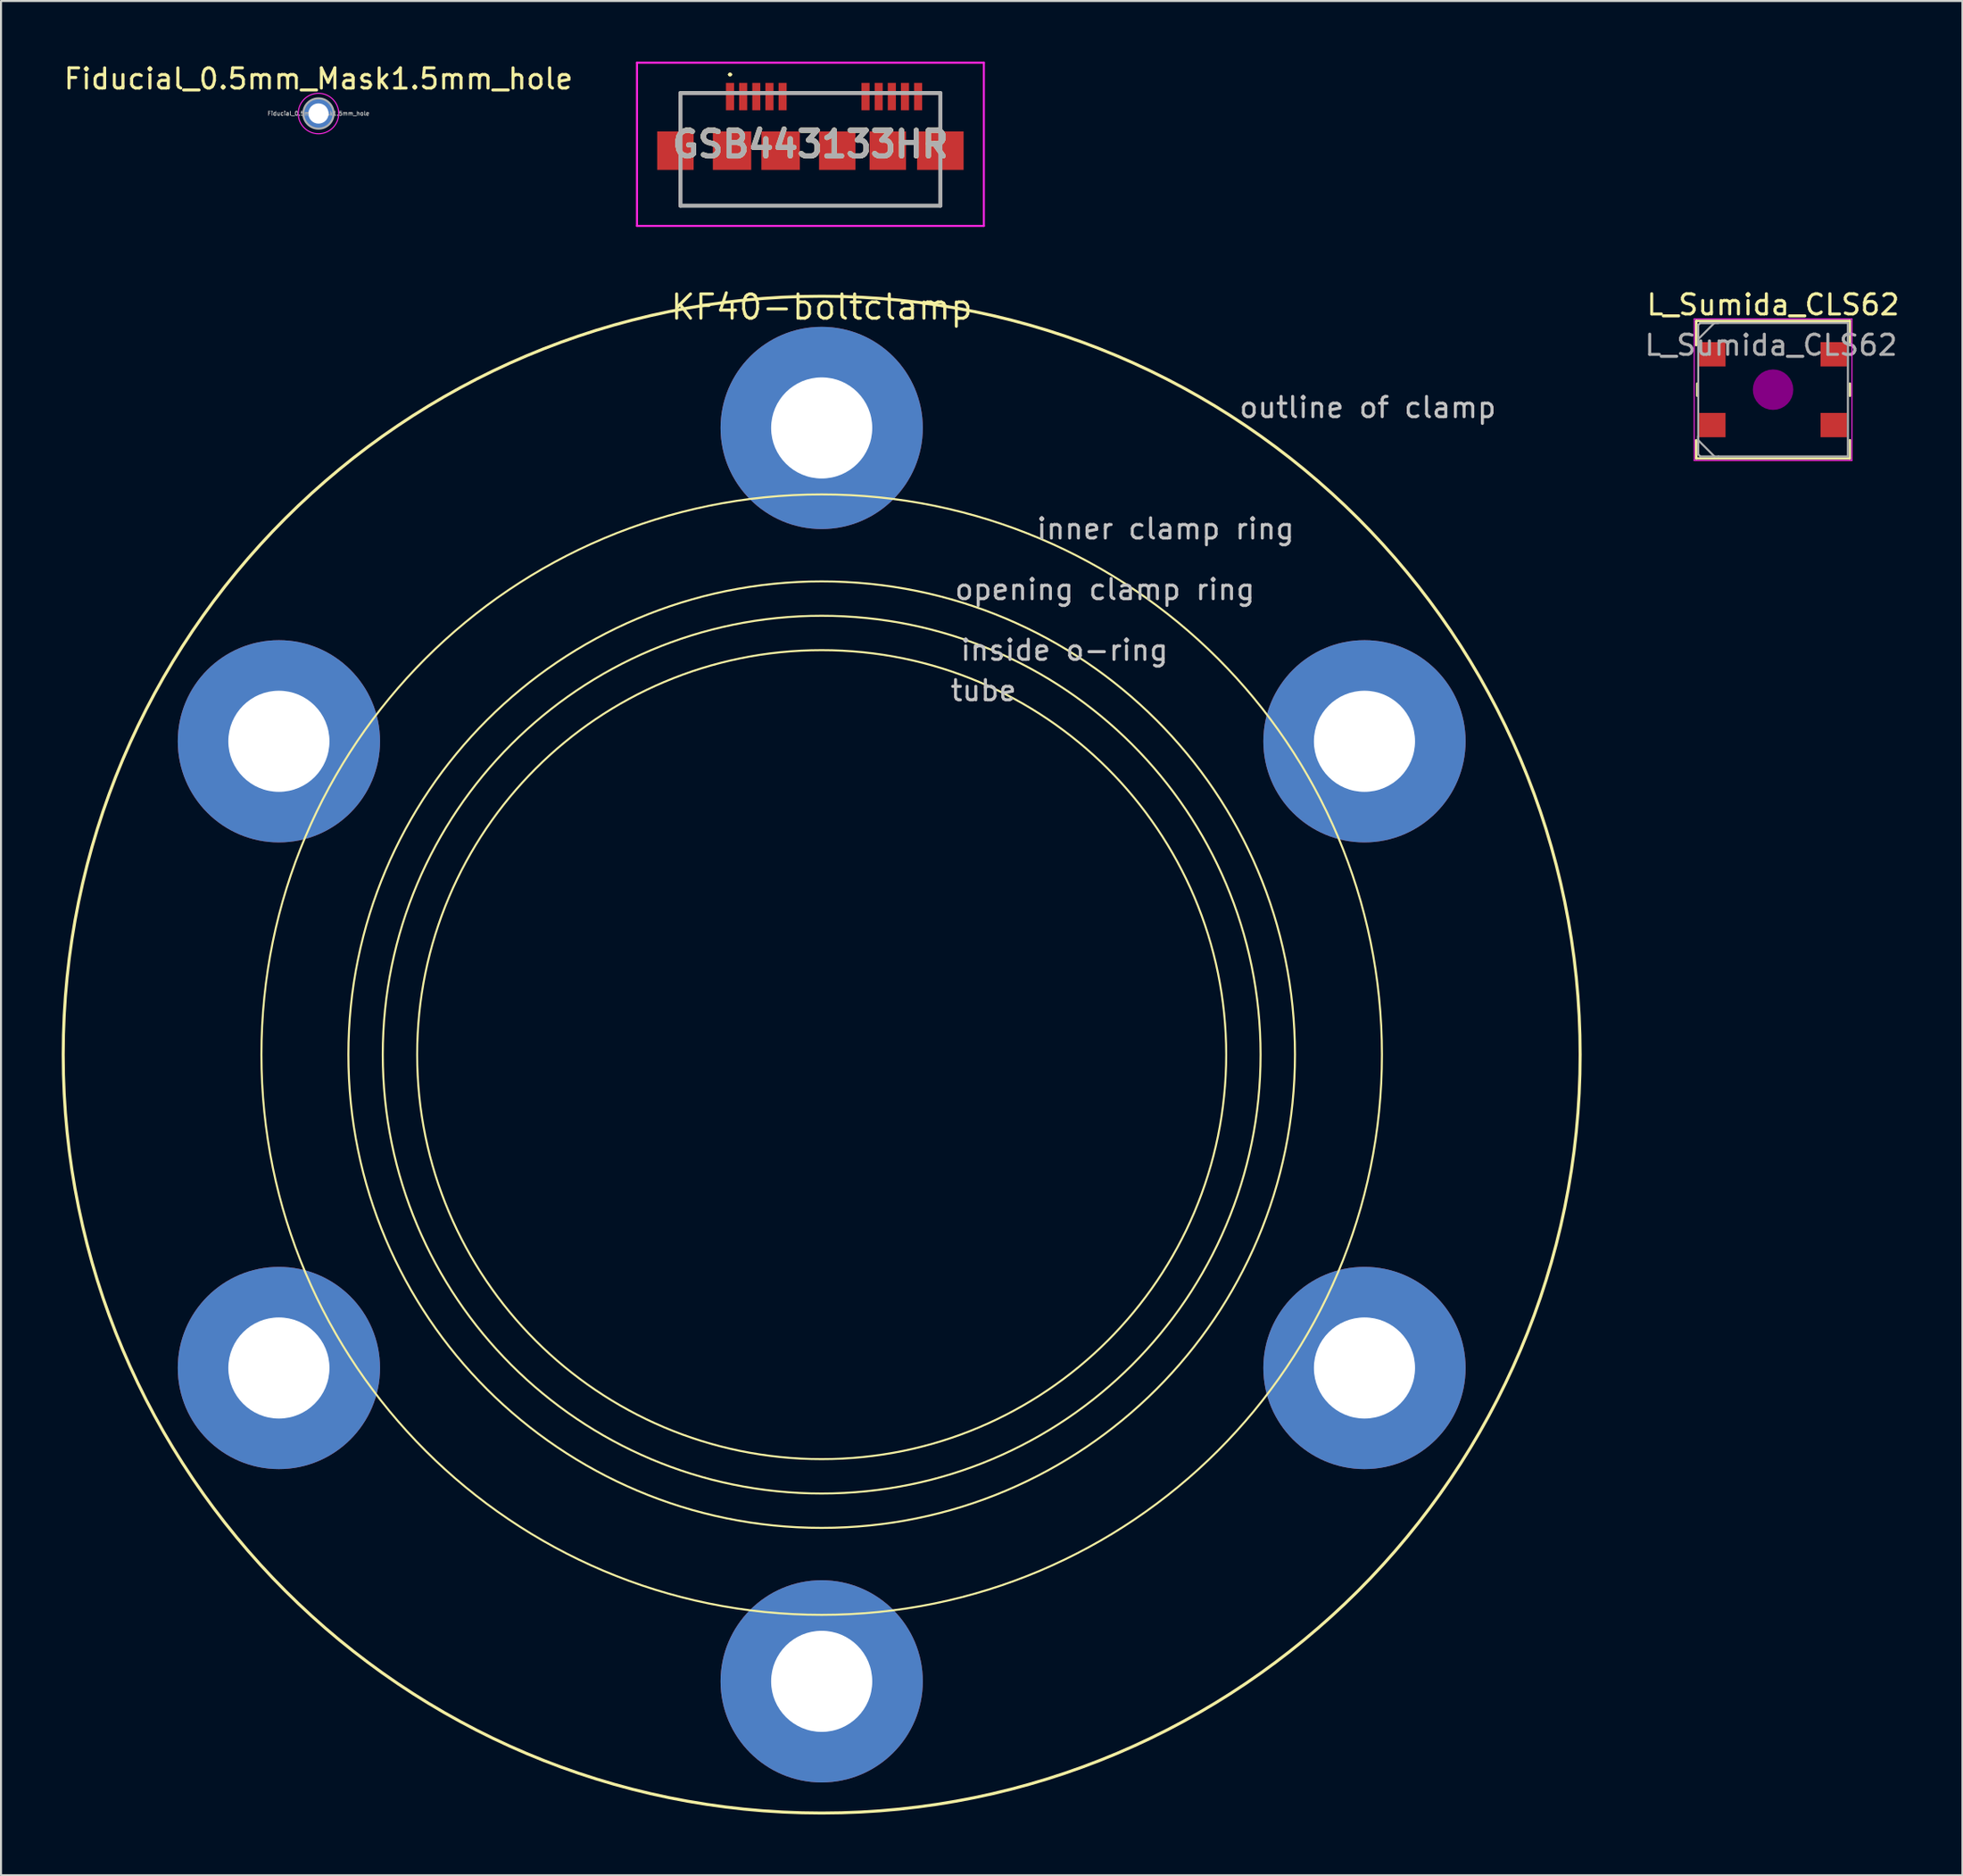
<source format=kicad_pcb>
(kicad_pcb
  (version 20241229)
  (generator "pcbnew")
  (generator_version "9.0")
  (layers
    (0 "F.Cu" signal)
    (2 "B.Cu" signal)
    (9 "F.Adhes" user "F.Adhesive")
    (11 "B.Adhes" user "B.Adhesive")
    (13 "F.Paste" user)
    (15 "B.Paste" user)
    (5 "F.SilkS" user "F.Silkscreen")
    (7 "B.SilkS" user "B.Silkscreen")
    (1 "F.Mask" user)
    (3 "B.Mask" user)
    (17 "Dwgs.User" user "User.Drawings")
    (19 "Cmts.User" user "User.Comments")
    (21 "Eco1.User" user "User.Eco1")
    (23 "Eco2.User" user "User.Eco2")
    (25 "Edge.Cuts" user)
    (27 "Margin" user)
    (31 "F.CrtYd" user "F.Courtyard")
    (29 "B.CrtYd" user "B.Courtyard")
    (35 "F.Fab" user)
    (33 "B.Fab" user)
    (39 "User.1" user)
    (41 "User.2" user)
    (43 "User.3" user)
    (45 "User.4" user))
  (footprint "L_Sumida_CLS62"
    (layer "F.Cu")
    (at 84.613 16.218)
    (property "Reference" "L_Sumida_CLS62" (at 0 -4.2 0) (layer "F.SilkS") (effects (font (size 1 1) (thickness 0.15))))
    (attr smd)
    (fp_line (start -3.8 -3.4) (end -3.8 -2.2) (stroke (width 0.12) (type solid)) (layer "F.SilkS"))
    (fp_line (start -3.8 -3.4) (end 3.8 -3.4) (stroke (width 0.12) (type solid)) (layer "F.SilkS"))
    (fp_line (start -3.8 3.4) (end -3.8 2.5) (stroke (width 0.12) (type solid)) (layer "F.SilkS"))
    (fp_line (start -3.75 -0.3) (end -3.75 0.3) (stroke (width 0.12) (type solid)) (layer "F.SilkS"))
    (fp_line (start 3.8 -3.4) (end 3.8 -2.2) (stroke (width 0.12) (type solid)) (layer "F.SilkS"))
    (fp_line (start 3.8 -0.3) (end 3.8 0.3) (stroke (width 0.12) (type solid)) (layer "F.SilkS"))
    (fp_line (start 3.8 3.4) (end -3.8 3.4) (stroke (width 0.12) (type solid)) (layer "F.SilkS"))
    (fp_line (start 3.8 3.4) (end 3.8 2.5) (stroke (width 0.12) (type solid)) (layer "F.SilkS"))
    (fp_circle (center 0 0) (end 0.5 0) (stroke (width 1) (type solid)) (fill no) (layer "F.Adhes"))
    (fp_line (start -3.9 -3.5) (end 3.9 -3.5) (stroke (width 0.05) (type solid)) (layer "F.CrtYd"))
    (fp_line (start -3.9 3.5) (end -3.9 -3.5) (stroke (width 0.05) (type solid)) (layer "F.CrtYd"))
    (fp_line (start 3.9 -3.5) (end 3.9 3.5) (stroke (width 0.05) (type solid)) (layer "F.CrtYd"))
    (fp_line (start 3.9 3.5) (end -3.9 3.5) (stroke (width 0.05) (type solid)) (layer "F.CrtYd"))
    (fp_line (start -3.7 -3.2) (end -3.6 -3.3) (stroke (width 0.1) (type solid)) (layer "F.Fab"))
    (fp_line (start -3.7 -2.5) (end -2.9 -3.3) (stroke (width 0.1) (type solid)) (layer "F.Fab"))
    (fp_line (start -3.7 -2.3) (end -3.7 -3.2) (stroke (width 0.1) (type solid)) (layer "F.Fab"))
    (fp_line (start -3.7 -2.3) (end -3.7 2.5) (stroke (width 0.1) (type solid)) (layer "F.Fab"))
    (fp_line (start -3.7 3.2) (end -3.7 2.3) (stroke (width 0.1) (type solid)) (layer "F.Fab"))
    (fp_line (start -3.6 -3.3) (end -2.7 -3.3) (stroke (width 0.1) (type solid)) (layer "F.Fab"))
    (fp_line (start -3.6 -3.3) (end 3.7 -3.3) (stroke (width 0.1) (type solid)) (layer "F.Fab"))
    (fp_line (start -3.6 3.3) (end -3.7 3.2) (stroke (width 0.1) (type solid)) (layer "F.Fab"))
    (fp_line (start -2.9 3.3) (end -3.7 2.5) (stroke (width 0.1) (type solid)) (layer "F.Fab"))
    (fp_line (start -2.7 3.3) (end -3.6 3.3) (stroke (width 0.1) (type solid)) (layer "F.Fab"))
    (fp_line (start 3.7 -3.3) (end 3.7 3.3) (stroke (width 0.1) (type solid)) (layer "F.Fab"))
    (fp_line (start 3.7 3.3) (end -2.7 3.3) (stroke (width 0.1) (type solid)) (layer "F.Fab"))
    (fp_text user "${REFERENCE}" (at -0.1 -2.2 0) (layer "F.Fab") (effects (font (size 1 1) (thickness 0.15))))
    (pad "1" smd rect (at -3 1.75) (size 1.3 1.2) (layers "F.Cu" "F.Mask" "F.Paste"))
    (pad "2" smd rect (at -3 -1.75) (size 1.3 1.2) (layers "F.Cu" "F.Mask" "F.Paste"))
    (pad "3" smd rect (at 3 -1.75) (size 1.3 1.2) (layers "F.Cu" "F.Mask" "F.Paste"))
    (pad "4" smd rect (at 3 1.75) (size 1.3 1.2) (layers "F.Cu" "F.Mask" "F.Paste")))
  (footprint "GSB443133HR"
    (layer "F.Cu")
    (at 37.018 4.085)
    (property "Reference" "GSB443133HR" (at 0 0 0) (layer "F.SilkS") (effects (font (size 1.27 1.27) (thickness 0.254))))
    (attr smd)
    (fp_line (start -6.425 -2.535) (end -6.425 -1.05) (stroke (width 0.1) (type solid)) (layer "F.SilkS"))
    (fp_line (start -6.425 1.55) (end -6.425 3.035) (stroke (width 0.1) (type solid)) (layer "F.SilkS"))
    (fp_line (start -6.425 3.035) (end 6.425 3.035) (stroke (width 0.1) (type solid)) (layer "F.SilkS"))
    (fp_line (start -4.675 -2.535) (end -6.425 -2.535) (stroke (width 0.1) (type solid)) (layer "F.SilkS"))
    (fp_line (start -4.025 -3.45) (end -4.025 -3.45) (stroke (width 0.1) (type solid)) (layer "F.SilkS"))
    (fp_line (start -3.925 -3.45) (end -3.925 -3.45) (stroke (width 0.1) (type solid)) (layer "F.SilkS"))
    (fp_line (start 6.425 -2.535) (end 6.425 -1.05) (stroke (width 0.1) (type solid)) (layer "F.SilkS"))
    (fp_line (start 6.425 3.035) (end 6.425 1.55) (stroke (width 0.1) (type solid)) (layer "F.SilkS"))
    (fp_arc (start -4.025 -3.45) (mid -3.975 -3.5) (end -3.925 -3.45) (stroke (width 0.1) (type solid)) (layer "F.SilkS"))
    (fp_arc (start -3.925 -3.45) (mid -3.975 -3.4) (end -4.025 -3.45) (stroke (width 0.1) (type solid)) (layer "F.SilkS"))
    (fp_line (start -8.575 -4.035) (end 8.575 -4.035) (stroke (width 0.1) (type solid)) (layer "F.CrtYd"))
    (fp_line (start -8.575 4.035) (end -8.575 -4.035) (stroke (width 0.1) (type solid)) (layer "F.CrtYd"))
    (fp_line (start 8.575 -4.035) (end 8.575 4.035) (stroke (width 0.1) (type solid)) (layer "F.CrtYd"))
    (fp_line (start 8.575 4.035) (end -8.575 4.035) (stroke (width 0.1) (type solid)) (layer "F.CrtYd"))
    (fp_line (start -6.425 -2.535) (end 6.425 -2.535) (stroke (width 0.2) (type solid)) (layer "F.Fab"))
    (fp_line (start -6.425 3.035) (end -6.425 -2.535) (stroke (width 0.2) (type solid)) (layer "F.Fab"))
    (fp_line (start 6.425 -2.535) (end 6.425 3.035) (stroke (width 0.2) (type solid)) (layer "F.Fab"))
    (fp_line (start 6.425 3.035) (end -6.425 3.035) (stroke (width 0.2) (type solid)) (layer "F.Fab"))
    (fp_text user "${REFERENCE}" (at 0 0 0) (layer "F.Fab") (effects (font (size 1.27 1.27) (thickness 0.254))))
    (pad "1" smd rect (at -3.975 -2.36) (size 0.4 1.35) (layers "F.Cu" "F.Mask" "F.Paste"))
    (pad "2" smd rect (at -3.325 -2.36) (size 0.4 1.35) (layers "F.Cu" "F.Mask" "F.Paste"))
    (pad "3" smd rect (at -2.675 -2.36) (size 0.4 1.35) (layers "F.Cu" "F.Mask" "F.Paste"))
    (pad "4" smd rect (at -2.025 -2.36) (size 0.4 1.35) (layers "F.Cu" "F.Mask" "F.Paste"))
    (pad "5" smd rect (at -1.375 -2.36) (size 0.4 1.35) (layers "F.Cu" "F.Mask" "F.Paste"))
    (pad "6" smd rect (at 2.725 -2.36) (size 0.4 1.35) (layers "F.Cu" "F.Mask" "F.Paste"))
    (pad "7" smd rect (at 3.375 -2.36) (size 0.4 1.35) (layers "F.Cu" "F.Mask" "F.Paste"))
    (pad "8" smd rect (at 4.025 -2.36) (size 0.4 1.35) (layers "F.Cu" "F.Mask" "F.Paste"))
    (pad "9" smd rect (at 4.675 -2.36) (size 0.4 1.35) (layers "F.Cu" "F.Mask" "F.Paste"))
    (pad "10" smd rect (at 5.325 -2.36) (size 0.4 1.35) (layers "F.Cu" "F.Mask" "F.Paste"))
    (pad "11" smd rect (at -6.675 0.315) (size 1.8 1.9) (layers "F.Cu" "F.Mask" "F.Paste"))
    (pad "12" smd rect (at -3.875 0.315) (size 1.9 1.9) (layers "F.Cu" "F.Mask" "F.Paste"))
    (pad "13" smd rect (at -1.475 0.315) (size 1.9 1.9) (layers "F.Cu" "F.Mask" "F.Paste"))
    (pad "14" smd rect (at 1.325 0.315) (size 1.8 1.9) (layers "F.Cu" "F.Mask" "F.Paste"))
    (pad "15" smd rect (at 3.825 0.315) (size 1.8 1.9) (layers "F.Cu" "F.Mask" "F.Paste"))
    (pad "16" smd rect (at 6.425 0.315 90) (size 1.9 2.3) (layers "F.Cu" "F.Mask" "F.Paste")))
  (footprint "Fiducial_0.5mm_Mask1.5mm_hole"
    (layer "F.Cu")
    (at 12.696 2.563)
    (property "Reference" "Fiducial_0.5mm_Mask1.5mm_hole" (at 0 -1.714 0) (layer "F.SilkS") (effects (font (size 1 1) (thickness 0.15))))
    (attr smd)
    (fp_circle (center 0 0) (end 1 0) (stroke (width 0.05) (type solid)) (fill no) (layer "F.CrtYd"))
    (fp_circle (center 0 0) (end 0.75 0) (stroke (width 0.1) (type solid)) (fill no) (layer "F.Fab"))
    (fp_text user "${REFERENCE}" (at 0 0 0) (layer "F.Fab") (effects (font (size 0.2 0.2) (thickness 0.04))))
    (pad "" thru_hole circle (at 0 0) (size 1.5 1.5) (drill 1) (layers "*.Cu" "*.Mask")))
  (footprint "KF40-boltclamp"
    (layer "F.Cu")
    (at 37.575 49.098)
    (property "Reference" "KF40-boltclamp" (at 0 -36.963 0) (layer "F.SilkS") (effects (font (size 1.2 1.2) (thickness 0.15))))
    (attr through_hole)
    (fp_circle (center 0 0) (end 0 37.5) (stroke (width 0.15) (type solid)) (fill no) (layer "F.SilkS"))
    (fp_circle (center 0 0) (end 20 0) (stroke (width 0.1) (type solid)) (fill no) (layer "F.SilkS"))
    (fp_circle (center 0 0) (end 21.7 0) (stroke (width 0.1) (type solid)) (fill no) (layer "F.SilkS"))
    (fp_circle (center 0 0) (end 23.4 0) (stroke (width 0.1) (type solid)) (fill no) (layer "F.SilkS"))
    (fp_circle (center 0 0) (end 27.7 0) (stroke (width 0.1) (type solid)) (fill no) (layer "F.SilkS"))
    (fp_text user "inside o-ring" (at 12 -20 0) (layer "Dwgs.User") (effects (font (size 1 1) (thickness 0.15))))
    (fp_text user "inner clamp ring" (at 17 -26 0) (layer "Dwgs.User") (effects (font (size 1 1) (thickness 0.15))))
    (fp_text user "outline of clamp" (at 27 -32 0) (layer "Dwgs.User") (effects (font (size 1 1) (thickness 0.15))))
    (fp_text user "opening clamp ring" (at 14 -23 0) (layer "Dwgs.User") (effects (font (size 1 1) (thickness 0.15))))
    (fp_text user "tube" (at 8 -18 0) (layer "Dwgs.User") (effects (font (size 1 1) (thickness 0.15))))
    (pad "1" thru_hole oval (at 0 -30.988) (size 10 10) (drill 5) (layers "*.Cu" "*.Mask"))
    (pad "2" thru_hole oval (at 26.836 -15.494) (size 10 10) (drill 5) (layers "*.Cu" "*.Mask"))
    (pad "3" thru_hole oval (at 26.836 15.494) (size 10 10) (drill 5) (layers "*.Cu" "*.Mask"))
    (pad "4" thru_hole oval (at 0 30.988) (size 10 10) (drill 5) (layers "*.Cu" "*.Mask"))
    (pad "5" thru_hole oval (at -26.836 15.494) (size 10 10) (drill 5) (layers "*.Cu" "*.Mask"))
    (pad "6" thru_hole oval (at -26.836 -15.494) (size 10 10) (drill 5) (layers "*.Cu" "*.Mask")))
  (gr_rect
    (start -3 -3)
    (end 93.976 89.673)
    (stroke (width 0.1) (type default))
    (fill no)
    (layer "Edge.Cuts")))
</source>
